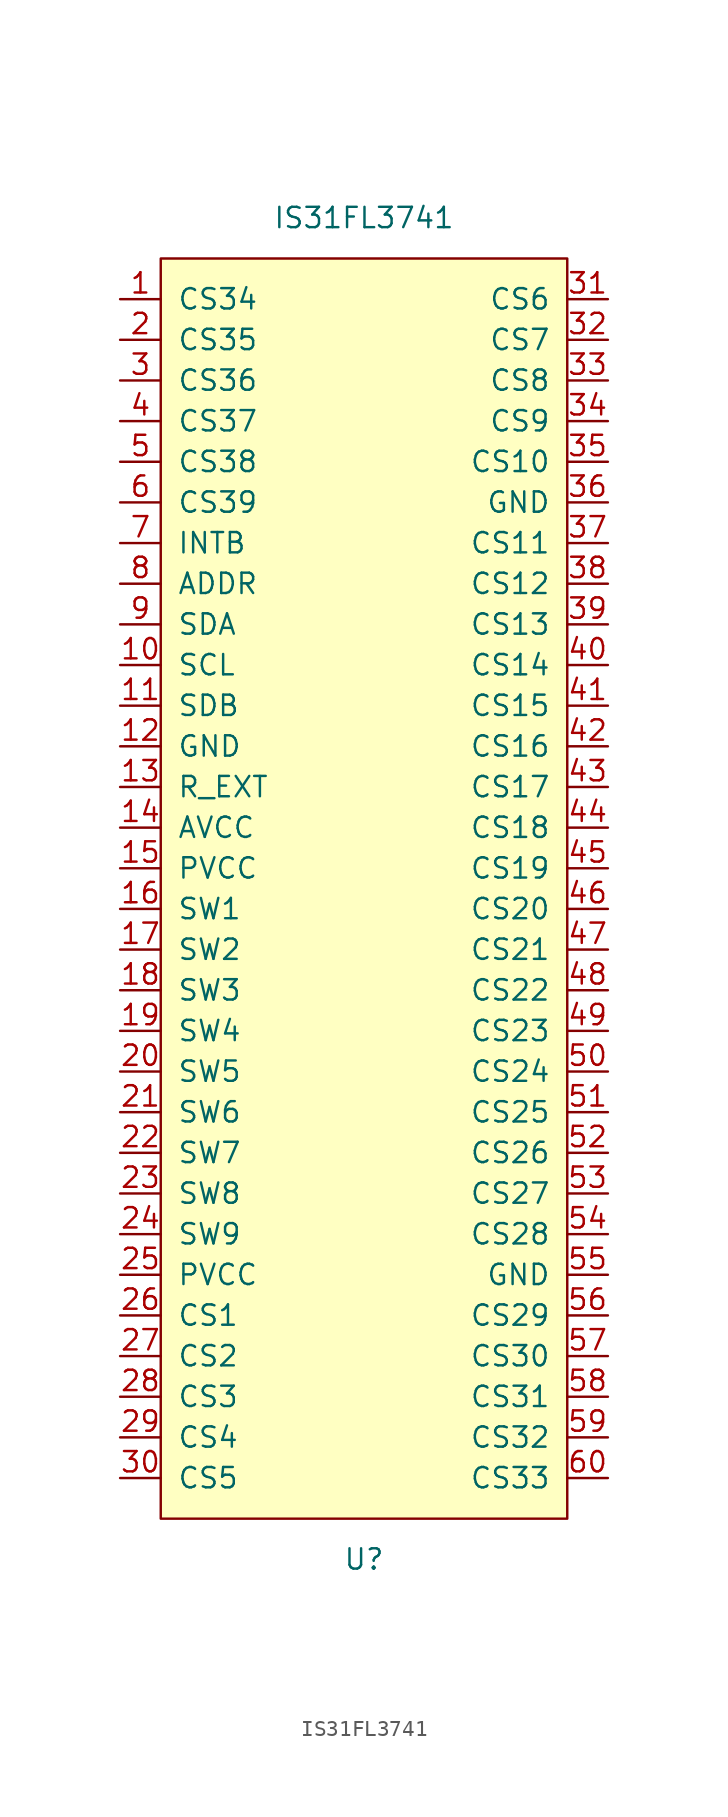
<source format=kicad_sym>
(kicad_symbol_lib
  (version 20211014)
  (generator kicad_symbol_editor)
  (symbol "IS31FL3741"
    (pin_names
      (offset 1.016))
    (property "Reference" "U"
      (at 0 -59.69 0)
      (effects (font (size 1.27 1.27))))
    (property "Value" "IS31FL3741"
      (at 0 24.13 0)
      (effects (font (size 1.27 1.27))))
    (symbol "IS31FL3741_0_1"
      (rectangle (start -12.7 21.59) (end 12.7 -57.15) (stroke (width 0) (type default) (color 0 0 0 0)) (fill (type background))))
    (symbol "IS31FL3741_1_1"
      (pin unspecified line (at -15.24 19.05 0) (length 2.54) (name "CS34" (effects (font (size 1.27 1.27)))) (number "1" (effects (font (size 1.27 1.27)))))
      (pin input line (at -15.24 -3.81 0) (length 2.54) (name "SCL" (effects (font (size 1.27 1.27)))) (number "10" (effects (font (size 1.27 1.27)))))
      (pin input line (at -15.24 -6.35 0) (length 2.54) (name "SDB" (effects (font (size 1.27 1.27)))) (number "11" (effects (font (size 1.27 1.27)))))
      (pin power_in line (at -15.24 -8.89 0) (length 2.54) (name "GND" (effects (font (size 1.27 1.27)))) (number "12" (effects (font (size 1.27 1.27)))))
      (pin unspecified line (at -15.24 -11.43 0) (length 2.54) (name "R_EXT" (effects (font (size 1.27 1.27)))) (number "13" (effects (font (size 1.27 1.27)))))
      (pin power_in line (at -15.24 -13.97 0) (length 2.54) (name "AVCC" (effects (font (size 1.27 1.27)))) (number "14" (effects (font (size 1.27 1.27)))))
      (pin power_in line (at -15.24 -16.51 0) (length 2.54) (name "PVCC" (effects (font (size 1.27 1.27)))) (number "15" (effects (font (size 1.27 1.27)))))
      (pin unspecified line (at -15.24 -19.05 0) (length 2.54) (name "SW1" (effects (font (size 1.27 1.27)))) (number "16" (effects (font (size 1.27 1.27)))))
      (pin unspecified line (at -15.24 -21.59 0) (length 2.54) (name "SW2" (effects (font (size 1.27 1.27)))) (number "17" (effects (font (size 1.27 1.27)))))
      (pin unspecified line (at -15.24 -24.13 0) (length 2.54) (name "SW3" (effects (font (size 1.27 1.27)))) (number "18" (effects (font (size 1.27 1.27)))))
      (pin unspecified line (at -15.24 -26.67 0) (length 2.54) (name "SW4" (effects (font (size 1.27 1.27)))) (number "19" (effects (font (size 1.27 1.27)))))
      (pin unspecified line (at -15.24 16.51 0) (length 2.54) (name "CS35" (effects (font (size 1.27 1.27)))) (number "2" (effects (font (size 1.27 1.27)))))
      (pin unspecified line (at -15.24 -29.21 0) (length 2.54) (name "SW5" (effects (font (size 1.27 1.27)))) (number "20" (effects (font (size 1.27 1.27)))))
      (pin unspecified line (at -15.24 -31.75 0) (length 2.54) (name "SW6" (effects (font (size 1.27 1.27)))) (number "21" (effects (font (size 1.27 1.27)))))
      (pin unspecified line (at -15.24 -34.29 0) (length 2.54) (name "SW7" (effects (font (size 1.27 1.27)))) (number "22" (effects (font (size 1.27 1.27)))))
      (pin unspecified line (at -15.24 -36.83 0) (length 2.54) (name "SW8" (effects (font (size 1.27 1.27)))) (number "23" (effects (font (size 1.27 1.27)))))
      (pin unspecified line (at -15.24 -39.37 0) (length 2.54) (name "SW9" (effects (font (size 1.27 1.27)))) (number "24" (effects (font (size 1.27 1.27)))))
      (pin power_in line (at -15.24 -41.91 0) (length 2.54) (name "PVCC" (effects (font (size 1.27 1.27)))) (number "25" (effects (font (size 1.27 1.27)))))
      (pin unspecified line (at -15.24 -44.45 0) (length 2.54) (name "CS1" (effects (font (size 1.27 1.27)))) (number "26" (effects (font (size 1.27 1.27)))))
      (pin unspecified line (at -15.24 -46.99 0) (length 2.54) (name "CS2" (effects (font (size 1.27 1.27)))) (number "27" (effects (font (size 1.27 1.27)))))
      (pin unspecified line (at -15.24 -49.53 0) (length 2.54) (name "CS3" (effects (font (size 1.27 1.27)))) (number "28" (effects (font (size 1.27 1.27)))))
      (pin unspecified line (at -15.24 -52.07 0) (length 2.54) (name "CS4" (effects (font (size 1.27 1.27)))) (number "29" (effects (font (size 1.27 1.27)))))
      (pin unspecified line (at -15.24 13.97 0) (length 2.54) (name "CS36" (effects (font (size 1.27 1.27)))) (number "3" (effects (font (size 1.27 1.27)))))
      (pin unspecified line (at -15.24 -54.61 0) (length 2.54) (name "CS5" (effects (font (size 1.27 1.27)))) (number "30" (effects (font (size 1.27 1.27)))))
      (pin unspecified line (at 15.24 19.05 180) (length 2.54) (name "CS6" (effects (font (size 1.27 1.27)))) (number "31" (effects (font (size 1.27 1.27)))))
      (pin unspecified line (at 15.24 16.51 180) (length 2.54) (name "CS7" (effects (font (size 1.27 1.27)))) (number "32" (effects (font (size 1.27 1.27)))))
      (pin unspecified line (at 15.24 13.97 180) (length 2.54) (name "CS8" (effects (font (size 1.27 1.27)))) (number "33" (effects (font (size 1.27 1.27)))))
      (pin unspecified line (at 15.24 11.43 180) (length 2.54) (name "CS9" (effects (font (size 1.27 1.27)))) (number "34" (effects (font (size 1.27 1.27)))))
      (pin unspecified line (at 15.24 8.89 180) (length 2.54) (name "CS10" (effects (font (size 1.27 1.27)))) (number "35" (effects (font (size 1.27 1.27)))))
      (pin power_in line (at 15.24 6.35 180) (length 2.54) (name "GND" (effects (font (size 1.27 1.27)))) (number "36" (effects (font (size 1.27 1.27)))))
      (pin unspecified line (at 15.24 3.81 180) (length 2.54) (name "CS11" (effects (font (size 1.27 1.27)))) (number "37" (effects (font (size 1.27 1.27)))))
      (pin unspecified line (at 15.24 1.27 180) (length 2.54) (name "CS12" (effects (font (size 1.27 1.27)))) (number "38" (effects (font (size 1.27 1.27)))))
      (pin unspecified line (at 15.24 -1.27 180) (length 2.54) (name "CS13" (effects (font (size 1.27 1.27)))) (number "39" (effects (font (size 1.27 1.27)))))
      (pin unspecified line (at -15.24 11.43 0) (length 2.54) (name "CS37" (effects (font (size 1.27 1.27)))) (number "4" (effects (font (size 1.27 1.27)))))
      (pin unspecified line (at 15.24 -3.81 180) (length 2.54) (name "CS14" (effects (font (size 1.27 1.27)))) (number "40" (effects (font (size 1.27 1.27)))))
      (pin unspecified line (at 15.24 -6.35 180) (length 2.54) (name "CS15" (effects (font (size 1.27 1.27)))) (number "41" (effects (font (size 1.27 1.27)))))
      (pin unspecified line (at 15.24 -8.89 180) (length 2.54) (name "CS16" (effects (font (size 1.27 1.27)))) (number "42" (effects (font (size 1.27 1.27)))))
      (pin unspecified line (at 15.24 -11.43 180) (length 2.54) (name "CS17" (effects (font (size 1.27 1.27)))) (number "43" (effects (font (size 1.27 1.27)))))
      (pin unspecified line (at 15.24 -13.97 180) (length 2.54) (name "CS18" (effects (font (size 1.27 1.27)))) (number "44" (effects (font (size 1.27 1.27)))))
      (pin unspecified line (at 15.24 -16.51 180) (length 2.54) (name "CS19" (effects (font (size 1.27 1.27)))) (number "45" (effects (font (size 1.27 1.27)))))
      (pin unspecified line (at 15.24 -19.05 180) (length 2.54) (name "CS20" (effects (font (size 1.27 1.27)))) (number "46" (effects (font (size 1.27 1.27)))))
      (pin unspecified line (at 15.24 -21.59 180) (length 2.54) (name "CS21" (effects (font (size 1.27 1.27)))) (number "47" (effects (font (size 1.27 1.27)))))
      (pin unspecified line (at 15.24 -24.13 180) (length 2.54) (name "CS22" (effects (font (size 1.27 1.27)))) (number "48" (effects (font (size 1.27 1.27)))))
      (pin unspecified line (at 15.24 -26.67 180) (length 2.54) (name "CS23" (effects (font (size 1.27 1.27)))) (number "49" (effects (font (size 1.27 1.27)))))
      (pin unspecified line (at -15.24 8.89 0) (length 2.54) (name "CS38" (effects (font (size 1.27 1.27)))) (number "5" (effects (font (size 1.27 1.27)))))
      (pin unspecified line (at 15.24 -29.21 180) (length 2.54) (name "CS24" (effects (font (size 1.27 1.27)))) (number "50" (effects (font (size 1.27 1.27)))))
      (pin unspecified line (at 15.24 -31.75 180) (length 2.54) (name "CS25" (effects (font (size 1.27 1.27)))) (number "51" (effects (font (size 1.27 1.27)))))
      (pin unspecified line (at 15.24 -34.29 180) (length 2.54) (name "CS26" (effects (font (size 1.27 1.27)))) (number "52" (effects (font (size 1.27 1.27)))))
      (pin unspecified line (at 15.24 -36.83 180) (length 2.54) (name "CS27" (effects (font (size 1.27 1.27)))) (number "53" (effects (font (size 1.27 1.27)))))
      (pin unspecified line (at 15.24 -39.37 180) (length 2.54) (name "CS28" (effects (font (size 1.27 1.27)))) (number "54" (effects (font (size 1.27 1.27)))))
      (pin power_in line (at 15.24 -41.91 180) (length 2.54) (name "GND" (effects (font (size 1.27 1.27)))) (number "55" (effects (font (size 1.27 1.27)))))
      (pin unspecified line (at 15.24 -44.45 180) (length 2.54) (name "CS29" (effects (font (size 1.27 1.27)))) (number "56" (effects (font (size 1.27 1.27)))))
      (pin unspecified line (at 15.24 -46.99 180) (length 2.54) (name "CS30" (effects (font (size 1.27 1.27)))) (number "57" (effects (font (size 1.27 1.27)))))
      (pin unspecified line (at 15.24 -49.53 180) (length 2.54) (name "CS31" (effects (font (size 1.27 1.27)))) (number "58" (effects (font (size 1.27 1.27)))))
      (pin unspecified line (at 15.24 -52.07 180) (length 2.54) (name "CS32" (effects (font (size 1.27 1.27)))) (number "59" (effects (font (size 1.27 1.27)))))
      (pin unspecified line (at -15.24 6.35 0) (length 2.54) (name "CS39" (effects (font (size 1.27 1.27)))) (number "6" (effects (font (size 1.27 1.27)))))
      (pin unspecified line (at 15.24 -54.61 180) (length 2.54) (name "CS33" (effects (font (size 1.27 1.27)))) (number "60" (effects (font (size 1.27 1.27)))))
      (pin unspecified line (at -15.24 3.81 0) (length 2.54) (name "INTB" (effects (font (size 1.27 1.27)))) (number "7" (effects (font (size 1.27 1.27)))))
      (pin unspecified line (at -15.24 1.27 0) (length 2.54) (name "ADDR" (effects (font (size 1.27 1.27)))) (number "8" (effects (font (size 1.27 1.27)))))
      (pin tri_state line (at -15.24 -1.27 0) (length 2.54) (name "SDA" (effects (font (size 1.27 1.27)))) (number "9" (effects (font (size 1.27 1.27))))))))
</source>
